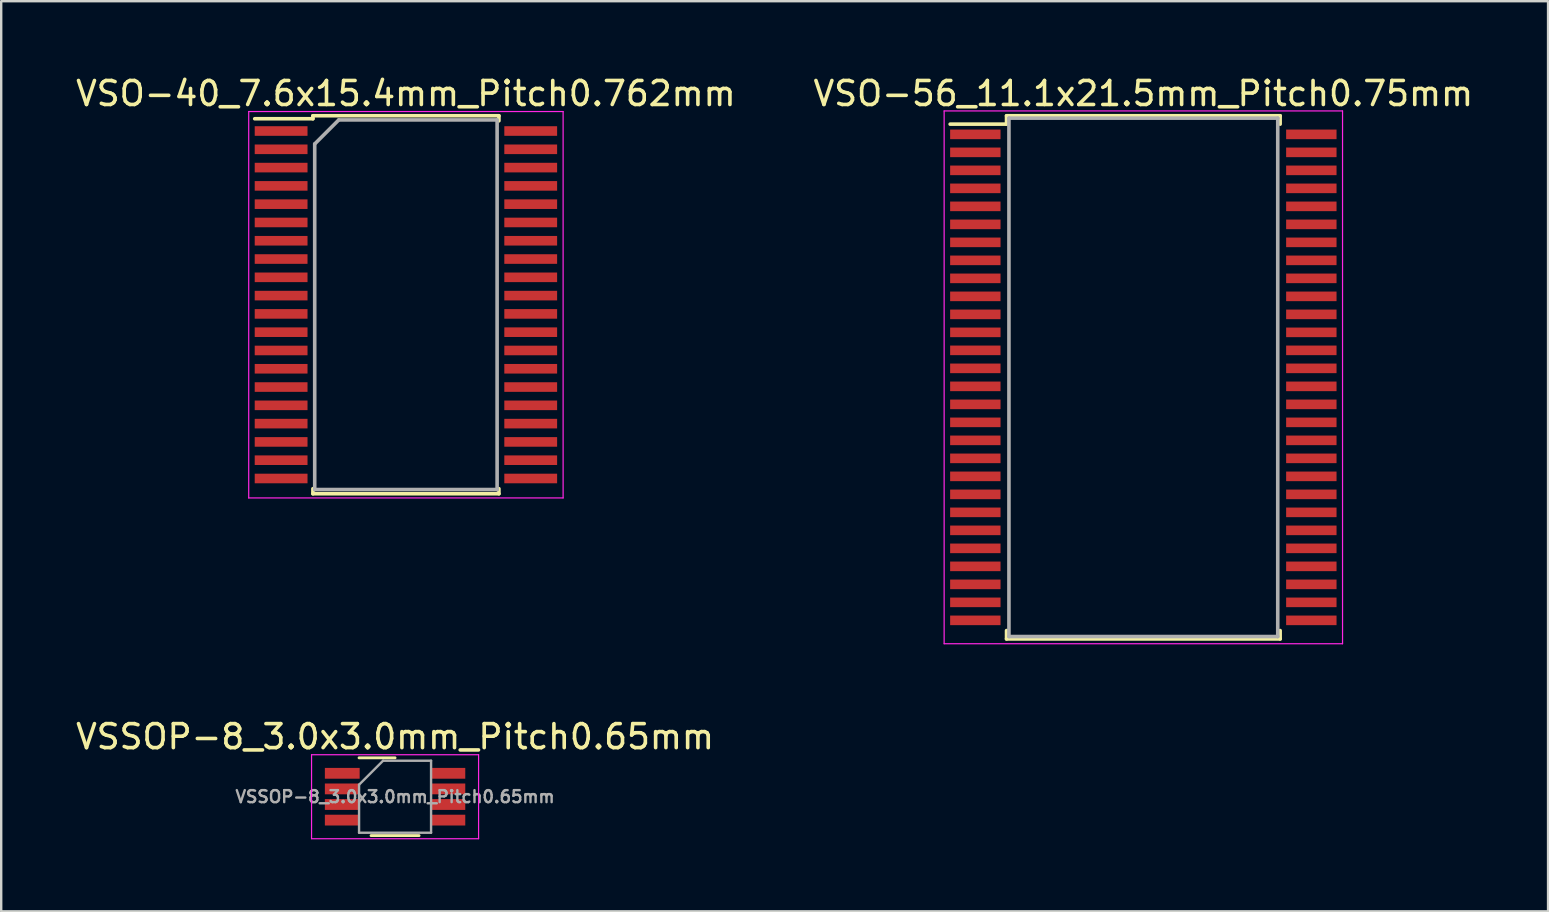
<source format=kicad_pcb>
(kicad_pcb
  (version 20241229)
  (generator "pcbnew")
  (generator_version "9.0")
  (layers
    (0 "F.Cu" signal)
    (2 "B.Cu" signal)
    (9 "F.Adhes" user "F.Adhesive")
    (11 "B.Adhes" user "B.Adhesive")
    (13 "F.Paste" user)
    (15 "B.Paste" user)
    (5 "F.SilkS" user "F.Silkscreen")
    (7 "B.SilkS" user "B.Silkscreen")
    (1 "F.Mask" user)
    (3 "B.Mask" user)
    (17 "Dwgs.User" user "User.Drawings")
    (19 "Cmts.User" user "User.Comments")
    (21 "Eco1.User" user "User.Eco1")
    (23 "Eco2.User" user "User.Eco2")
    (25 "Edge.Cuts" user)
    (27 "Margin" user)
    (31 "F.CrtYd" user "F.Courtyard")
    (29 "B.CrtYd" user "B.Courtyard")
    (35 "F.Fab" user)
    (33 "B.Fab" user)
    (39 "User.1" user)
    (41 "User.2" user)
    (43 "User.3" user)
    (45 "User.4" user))
  (footprint "VSO-56_11.1x21.5mm_Pitch0.75mm"
    (layer "F.Cu")
    (at 44.589 12.673)
    (property "Reference" "VSO-56_11.1x21.5mm_Pitch0.75mm" (at 0 -11.825 0) (layer "F.SilkS") (effects (font (size 1 1) (thickness 0.15))))
    (attr smd)
    (fp_line (start -5.725 -10.55) (end -8.05 -10.55) (stroke (width 0.15) (type solid)) (layer "F.SilkS"))
    (fp_line (start -5.7 -10.9) (end -5.7 -10.55) (stroke (width 0.15) (type solid)) (layer "F.SilkS"))
    (fp_line (start -5.7 -10.9) (end 5.7 -10.9) (stroke (width 0.15) (type solid)) (layer "F.SilkS"))
    (fp_line (start -5.7 10.9) (end -5.7 10.55) (stroke (width 0.15) (type solid)) (layer "F.SilkS"))
    (fp_line (start -5.7 10.9) (end 5.7 10.9) (stroke (width 0.15) (type solid)) (layer "F.SilkS"))
    (fp_line (start 5.7 -10.9) (end 5.7 -10.55) (stroke (width 0.15) (type solid)) (layer "F.SilkS"))
    (fp_line (start 5.7 10.9) (end 5.7 10.55) (stroke (width 0.15) (type solid)) (layer "F.SilkS"))
    (fp_line (start -8.3 -11.1) (end -8.3 11.1) (stroke (width 0.05) (type solid)) (layer "F.CrtYd"))
    (fp_line (start -8.3 -11.1) (end 8.3 -11.1) (stroke (width 0.05) (type solid)) (layer "F.CrtYd"))
    (fp_line (start -8.3 11.1) (end 8.3 11.1) (stroke (width 0.05) (type solid)) (layer "F.CrtYd"))
    (fp_line (start 8.3 -11.1) (end 8.3 11.1) (stroke (width 0.05) (type solid)) (layer "F.CrtYd"))
    (fp_line (start -5.6 -10.8) (end 5.6 -10.8) (stroke (width 0.15) (type solid)) (layer "F.Fab"))
    (fp_line (start -5.6 10.8) (end -5.6 -10.8) (stroke (width 0.15) (type solid)) (layer "F.Fab"))
    (fp_line (start 5.6 -10.8) (end 5.6 10.8) (stroke (width 0.15) (type solid)) (layer "F.Fab"))
    (fp_line (start 5.6 10.8) (end -5.6 10.8) (stroke (width 0.15) (type solid)) (layer "F.Fab"))
    (pad "1" smd rect (at -7 -10.125) (size 2.1 0.4) (layers "F.Cu" "F.Mask" "F.Paste"))
    (pad "2" smd rect (at -7 -9.375) (size 2.1 0.4) (layers "F.Cu" "F.Mask" "F.Paste"))
    (pad "3" smd rect (at -7 -8.625) (size 2.1 0.4) (layers "F.Cu" "F.Mask" "F.Paste"))
    (pad "4" smd rect (at -7 -7.875) (size 2.1 0.4) (layers "F.Cu" "F.Mask" "F.Paste"))
    (pad "5" smd rect (at -7 -7.125) (size 2.1 0.4) (layers "F.Cu" "F.Mask" "F.Paste"))
    (pad "6" smd rect (at -7 -6.375) (size 2.1 0.4) (layers "F.Cu" "F.Mask" "F.Paste"))
    (pad "7" smd rect (at -7 -5.625) (size 2.1 0.4) (layers "F.Cu" "F.Mask" "F.Paste"))
    (pad "8" smd rect (at -7 -4.875) (size 2.1 0.4) (layers "F.Cu" "F.Mask" "F.Paste"))
    (pad "9" smd rect (at -7 -4.125) (size 2.1 0.4) (layers "F.Cu" "F.Mask" "F.Paste"))
    (pad "10" smd rect (at -7 -3.375) (size 2.1 0.4) (layers "F.Cu" "F.Mask" "F.Paste"))
    (pad "11" smd rect (at -7 -2.625) (size 2.1 0.4) (layers "F.Cu" "F.Mask" "F.Paste"))
    (pad "12" smd rect (at -7 -1.875) (size 2.1 0.4) (layers "F.Cu" "F.Mask" "F.Paste"))
    (pad "13" smd rect (at -7 -1.125) (size 2.1 0.4) (layers "F.Cu" "F.Mask" "F.Paste"))
    (pad "14" smd rect (at -7 -0.375) (size 2.1 0.4) (layers "F.Cu" "F.Mask" "F.Paste"))
    (pad "15" smd rect (at -7 0.375) (size 2.1 0.4) (layers "F.Cu" "F.Mask" "F.Paste"))
    (pad "16" smd rect (at -7 1.125) (size 2.1 0.4) (layers "F.Cu" "F.Mask" "F.Paste"))
    (pad "17" smd rect (at -7 1.875) (size 2.1 0.4) (layers "F.Cu" "F.Mask" "F.Paste"))
    (pad "18" smd rect (at -7 2.625) (size 2.1 0.4) (layers "F.Cu" "F.Mask" "F.Paste"))
    (pad "19" smd rect (at -7 3.375) (size 2.1 0.4) (layers "F.Cu" "F.Mask" "F.Paste"))
    (pad "20" smd rect (at -7 4.125) (size 2.1 0.4) (layers "F.Cu" "F.Mask" "F.Paste"))
    (pad "21" smd rect (at -7 4.875) (size 2.1 0.4) (layers "F.Cu" "F.Mask" "F.Paste"))
    (pad "22" smd rect (at -7 5.625) (size 2.1 0.4) (layers "F.Cu" "F.Mask" "F.Paste"))
    (pad "23" smd rect (at -7 6.375) (size 2.1 0.4) (layers "F.Cu" "F.Mask" "F.Paste"))
    (pad "24" smd rect (at -7 7.125) (size 2.1 0.4) (layers "F.Cu" "F.Mask" "F.Paste"))
    (pad "25" smd rect (at -7 7.875) (size 2.1 0.4) (layers "F.Cu" "F.Mask" "F.Paste"))
    (pad "26" smd rect (at -7 8.625) (size 2.1 0.4) (layers "F.Cu" "F.Mask" "F.Paste"))
    (pad "27" smd rect (at -7 9.375) (size 2.1 0.4) (layers "F.Cu" "F.Mask" "F.Paste"))
    (pad "28" smd rect (at -7 10.125) (size 2.1 0.4) (layers "F.Cu" "F.Mask" "F.Paste"))
    (pad "29" smd rect (at 7 10.125) (size 2.1 0.4) (layers "F.Cu" "F.Mask" "F.Paste"))
    (pad "30" smd rect (at 7 9.375) (size 2.1 0.4) (layers "F.Cu" "F.Mask" "F.Paste"))
    (pad "31" smd rect (at 7 8.625) (size 2.1 0.4) (layers "F.Cu" "F.Mask" "F.Paste"))
    (pad "32" smd rect (at 7 7.875) (size 2.1 0.4) (layers "F.Cu" "F.Mask" "F.Paste"))
    (pad "33" smd rect (at 7 7.125) (size 2.1 0.4) (layers "F.Cu" "F.Mask" "F.Paste"))
    (pad "34" smd rect (at 7 6.375) (size 2.1 0.4) (layers "F.Cu" "F.Mask" "F.Paste"))
    (pad "35" smd rect (at 7 5.625) (size 2.1 0.4) (layers "F.Cu" "F.Mask" "F.Paste"))
    (pad "36" smd rect (at 7 4.875) (size 2.1 0.4) (layers "F.Cu" "F.Mask" "F.Paste"))
    (pad "37" smd rect (at 7 4.125) (size 2.1 0.4) (layers "F.Cu" "F.Mask" "F.Paste"))
    (pad "38" smd rect (at 7 3.375) (size 2.1 0.4) (layers "F.Cu" "F.Mask" "F.Paste"))
    (pad "39" smd rect (at 7 2.625) (size 2.1 0.4) (layers "F.Cu" "F.Mask" "F.Paste"))
    (pad "40" smd rect (at 7 1.875) (size 2.1 0.4) (layers "F.Cu" "F.Mask" "F.Paste"))
    (pad "41" smd rect (at 7 1.125) (size 2.1 0.4) (layers "F.Cu" "F.Mask" "F.Paste"))
    (pad "42" smd rect (at 7 0.375) (size 2.1 0.4) (layers "F.Cu" "F.Mask" "F.Paste"))
    (pad "43" smd rect (at 7 -0.375) (size 2.1 0.4) (layers "F.Cu" "F.Mask" "F.Paste"))
    (pad "44" smd rect (at 7 -1.125) (size 2.1 0.4) (layers "F.Cu" "F.Mask" "F.Paste"))
    (pad "45" smd rect (at 7 -1.875) (size 2.1 0.4) (layers "F.Cu" "F.Mask" "F.Paste"))
    (pad "46" smd rect (at 7 -2.625) (size 2.1 0.4) (layers "F.Cu" "F.Mask" "F.Paste"))
    (pad "47" smd rect (at 7 -3.375) (size 2.1 0.4) (layers "F.Cu" "F.Mask" "F.Paste"))
    (pad "48" smd rect (at 7 -4.125) (size 2.1 0.4) (layers "F.Cu" "F.Mask" "F.Paste"))
    (pad "49" smd rect (at 7 -4.875) (size 2.1 0.4) (layers "F.Cu" "F.Mask" "F.Paste"))
    (pad "50" smd rect (at 7 -5.625) (size 2.1 0.4) (layers "F.Cu" "F.Mask" "F.Paste"))
    (pad "51" smd rect (at 7 -6.375) (size 2.1 0.4) (layers "F.Cu" "F.Mask" "F.Paste"))
    (pad "52" smd rect (at 7 -7.125) (size 2.1 0.4) (layers "F.Cu" "F.Mask" "F.Paste"))
    (pad "53" smd rect (at 7 -7.875) (size 2.1 0.4) (layers "F.Cu" "F.Mask" "F.Paste"))
    (pad "54" smd rect (at 7 -8.625) (size 2.1 0.4) (layers "F.Cu" "F.Mask" "F.Paste"))
    (pad "55" smd rect (at 7 -9.375) (size 2.1 0.4) (layers "F.Cu" "F.Mask" "F.Paste"))
    (pad "56" smd rect (at 7 -10.125) (size 2.1 0.4) (layers "F.Cu" "F.Mask" "F.Paste")))
  (footprint "VSO-40_7.6x15.4mm_Pitch0.762mm"
    (layer "F.Cu")
    (at 13.863 9.648)
    (property "Reference" "VSO-40_7.6x15.4mm_Pitch0.762mm" (at 0 -8.8 0) (layer "F.SilkS") (effects (font (size 1 1) (thickness 0.15))))
    (attr smd)
    (fp_line (start -3.875 -7.875) (end -3.875 -7.75) (stroke (width 0.15) (type solid)) (layer "F.SilkS"))
    (fp_line (start -3.875 -7.875) (end 3.875 -7.875) (stroke (width 0.15) (type solid)) (layer "F.SilkS"))
    (fp_line (start -3.875 -7.75) (end -6.3 -7.75) (stroke (width 0.15) (type solid)) (layer "F.SilkS"))
    (fp_line (start -3.875 7.875) (end -3.875 7.664) (stroke (width 0.15) (type solid)) (layer "F.SilkS"))
    (fp_line (start -3.875 7.875) (end 3.875 7.875) (stroke (width 0.15) (type solid)) (layer "F.SilkS"))
    (fp_line (start 3.875 -7.875) (end 3.875 -7.664) (stroke (width 0.15) (type solid)) (layer "F.SilkS"))
    (fp_line (start 3.875 7.875) (end 3.875 7.664) (stroke (width 0.15) (type solid)) (layer "F.SilkS"))
    (fp_line (start -6.55 -8.05) (end -6.55 8.05) (stroke (width 0.05) (type solid)) (layer "F.CrtYd"))
    (fp_line (start -6.55 -8.05) (end 6.55 -8.05) (stroke (width 0.05) (type solid)) (layer "F.CrtYd"))
    (fp_line (start -6.55 8.05) (end 6.55 8.05) (stroke (width 0.05) (type solid)) (layer "F.CrtYd"))
    (fp_line (start 6.55 -8.05) (end 6.55 8.05) (stroke (width 0.05) (type solid)) (layer "F.CrtYd"))
    (fp_line (start -3.8 -6.7) (end -2.8 -7.7) (stroke (width 0.15) (type solid)) (layer "F.Fab"))
    (fp_line (start -3.8 7.7) (end -3.8 -6.7) (stroke (width 0.15) (type solid)) (layer "F.Fab"))
    (fp_line (start -2.8 -7.7) (end 3.8 -7.7) (stroke (width 0.15) (type solid)) (layer "F.Fab"))
    (fp_line (start 3.8 -7.7) (end 3.8 7.7) (stroke (width 0.15) (type solid)) (layer "F.Fab"))
    (fp_line (start 3.8 7.7) (end -3.8 7.7) (stroke (width 0.15) (type solid)) (layer "F.Fab"))
    (pad "1" smd rect (at -5.2 -7.239) (size 2.2 0.4) (layers "F.Cu" "F.Mask" "F.Paste"))
    (pad "2" smd rect (at -5.2 -6.477) (size 2.2 0.4) (layers "F.Cu" "F.Mask" "F.Paste"))
    (pad "3" smd rect (at -5.2 -5.715) (size 2.2 0.4) (layers "F.Cu" "F.Mask" "F.Paste"))
    (pad "4" smd rect (at -5.2 -4.953) (size 2.2 0.4) (layers "F.Cu" "F.Mask" "F.Paste"))
    (pad "5" smd rect (at -5.2 -4.191) (size 2.2 0.4) (layers "F.Cu" "F.Mask" "F.Paste"))
    (pad "6" smd rect (at -5.2 -3.429) (size 2.2 0.4) (layers "F.Cu" "F.Mask" "F.Paste"))
    (pad "7" smd rect (at -5.2 -2.667) (size 2.2 0.4) (layers "F.Cu" "F.Mask" "F.Paste"))
    (pad "8" smd rect (at -5.2 -1.905) (size 2.2 0.4) (layers "F.Cu" "F.Mask" "F.Paste"))
    (pad "9" smd rect (at -5.2 -1.143) (size 2.2 0.4) (layers "F.Cu" "F.Mask" "F.Paste"))
    (pad "10" smd rect (at -5.2 -0.381) (size 2.2 0.4) (layers "F.Cu" "F.Mask" "F.Paste"))
    (pad "11" smd rect (at -5.2 0.381) (size 2.2 0.4) (layers "F.Cu" "F.Mask" "F.Paste"))
    (pad "12" smd rect (at -5.2 1.143) (size 2.2 0.4) (layers "F.Cu" "F.Mask" "F.Paste"))
    (pad "13" smd rect (at -5.2 1.905) (size 2.2 0.4) (layers "F.Cu" "F.Mask" "F.Paste"))
    (pad "14" smd rect (at -5.2 2.667) (size 2.2 0.4) (layers "F.Cu" "F.Mask" "F.Paste"))
    (pad "15" smd rect (at -5.2 3.429) (size 2.2 0.4) (layers "F.Cu" "F.Mask" "F.Paste"))
    (pad "16" smd rect (at -5.2 4.191) (size 2.2 0.4) (layers "F.Cu" "F.Mask" "F.Paste"))
    (pad "17" smd rect (at -5.2 4.953) (size 2.2 0.4) (layers "F.Cu" "F.Mask" "F.Paste"))
    (pad "18" smd rect (at -5.2 5.715) (size 2.2 0.4) (layers "F.Cu" "F.Mask" "F.Paste"))
    (pad "19" smd rect (at -5.2 6.477) (size 2.2 0.4) (layers "F.Cu" "F.Mask" "F.Paste"))
    (pad "20" smd rect (at -5.2 7.239) (size 2.2 0.4) (layers "F.Cu" "F.Mask" "F.Paste"))
    (pad "21" smd rect (at 5.2 7.239) (size 2.2 0.4) (layers "F.Cu" "F.Mask" "F.Paste"))
    (pad "22" smd rect (at 5.2 6.477) (size 2.2 0.4) (layers "F.Cu" "F.Mask" "F.Paste"))
    (pad "23" smd rect (at 5.2 5.715) (size 2.2 0.4) (layers "F.Cu" "F.Mask" "F.Paste"))
    (pad "24" smd rect (at 5.2 4.953) (size 2.2 0.4) (layers "F.Cu" "F.Mask" "F.Paste"))
    (pad "25" smd rect (at 5.2 4.191) (size 2.2 0.4) (layers "F.Cu" "F.Mask" "F.Paste"))
    (pad "26" smd rect (at 5.2 3.429) (size 2.2 0.4) (layers "F.Cu" "F.Mask" "F.Paste"))
    (pad "27" smd rect (at 5.2 2.667) (size 2.2 0.4) (layers "F.Cu" "F.Mask" "F.Paste"))
    (pad "28" smd rect (at 5.2 1.905) (size 2.2 0.4) (layers "F.Cu" "F.Mask" "F.Paste"))
    (pad "29" smd rect (at 5.2 1.143) (size 2.2 0.4) (layers "F.Cu" "F.Mask" "F.Paste"))
    (pad "30" smd rect (at 5.2 0.381) (size 2.2 0.4) (layers "F.Cu" "F.Mask" "F.Paste"))
    (pad "31" smd rect (at 5.2 -0.381) (size 2.2 0.4) (layers "F.Cu" "F.Mask" "F.Paste"))
    (pad "32" smd rect (at 5.2 -1.143) (size 2.2 0.4) (layers "F.Cu" "F.Mask" "F.Paste"))
    (pad "33" smd rect (at 5.2 -1.905) (size 2.2 0.4) (layers "F.Cu" "F.Mask" "F.Paste"))
    (pad "34" smd rect (at 5.2 -2.667) (size 2.2 0.4) (layers "F.Cu" "F.Mask" "F.Paste"))
    (pad "35" smd rect (at 5.2 -3.429) (size 2.2 0.4) (layers "F.Cu" "F.Mask" "F.Paste"))
    (pad "36" smd rect (at 5.2 -4.191) (size 2.2 0.4) (layers "F.Cu" "F.Mask" "F.Paste"))
    (pad "37" smd rect (at 5.2 -4.953) (size 2.2 0.4) (layers "F.Cu" "F.Mask" "F.Paste"))
    (pad "38" smd rect (at 5.2 -5.715) (size 2.2 0.4) (layers "F.Cu" "F.Mask" "F.Paste"))
    (pad "39" smd rect (at 5.2 -6.477) (size 2.2 0.4) (layers "F.Cu" "F.Mask" "F.Paste"))
    (pad "40" smd rect (at 5.2 -7.239) (size 2.2 0.4) (layers "F.Cu" "F.Mask" "F.Paste")))
  (footprint "VSSOP-8_3.0x3.0mm_Pitch0.65mm"
    (layer "F.Cu")
    (at 13.411 30.146)
    (property "Reference" "VSSOP-8_3.0x3.0mm_Pitch0.65mm" (at 0 -2.5 0) (layer "F.SilkS") (effects (font (size 1 1) (thickness 0.15))))
    (attr smd)
    (fp_line (start 0 -1.62) (end -1.5 -1.62) (stroke (width 0.12) (type solid)) (layer "F.SilkS"))
    (fp_line (start 1 1.62) (end -1 1.62) (stroke (width 0.12) (type solid)) (layer "F.SilkS"))
    (fp_line (start -3.48 -1.75) (end 3.48 -1.75) (stroke (width 0.05) (type solid)) (layer "F.CrtYd"))
    (fp_line (start -3.48 1.75) (end -3.48 -1.75) (stroke (width 0.05) (type solid)) (layer "F.CrtYd"))
    (fp_line (start 3.48 -1.75) (end 3.48 1.75) (stroke (width 0.05) (type solid)) (layer "F.CrtYd"))
    (fp_line (start 3.48 1.75) (end -3.48 1.75) (stroke (width 0.05) (type solid)) (layer "F.CrtYd"))
    (fp_line (start -1.5 1.5) (end -1.5 -0.5) (stroke (width 0.1) (type solid)) (layer "F.Fab"))
    (fp_line (start -0.5 -1.5) (end -1.5 -0.5) (stroke (width 0.1) (type solid)) (layer "F.Fab"))
    (fp_line (start -0.5 -1.5) (end 1.5 -1.5) (stroke (width 0.1) (type solid)) (layer "F.Fab"))
    (fp_line (start 1.5 -1.5) (end 1.5 1.5) (stroke (width 0.1) (type solid)) (layer "F.Fab"))
    (fp_line (start 1.5 1.5) (end -1.5 1.5) (stroke (width 0.1) (type solid)) (layer "F.Fab"))
    (fp_text user "${REFERENCE}" (at 0 0 0) (layer "F.Fab") (effects (font (size 0.5 0.5) (thickness 0.1))))
    (pad "1" smd rect (at -2.2 -0.975 270) (size 0.45 1.45) (layers "F.Cu" "F.Mask" "F.Paste"))
    (pad "2" smd rect (at -2.2 -0.325 270) (size 0.45 1.45) (layers "F.Cu" "F.Mask" "F.Paste"))
    (pad "3" smd rect (at -2.2 0.325 270) (size 0.45 1.45) (layers "F.Cu" "F.Mask" "F.Paste"))
    (pad "4" smd rect (at -2.2 0.975 270) (size 0.45 1.45) (layers "F.Cu" "F.Mask" "F.Paste"))
    (pad "5" smd rect (at 2.2 0.975 270) (size 0.45 1.45) (layers "F.Cu" "F.Mask" "F.Paste"))
    (pad "6" smd rect (at 2.2 0.325 270) (size 0.45 1.45) (layers "F.Cu" "F.Mask" "F.Paste"))
    (pad "7" smd rect (at 2.2 -0.325 270) (size 0.45 1.45) (layers "F.Cu" "F.Mask" "F.Paste"))
    (pad "8" smd rect (at 2.2 -0.975 270) (size 0.45 1.45) (layers "F.Cu" "F.Mask" "F.Paste")))
  (gr_rect
    (start -3 -3)
    (end 61.452 34.922)
    (stroke (width 0.1) (type default))
    (fill no)
    (layer "Edge.Cuts")))
</source>
